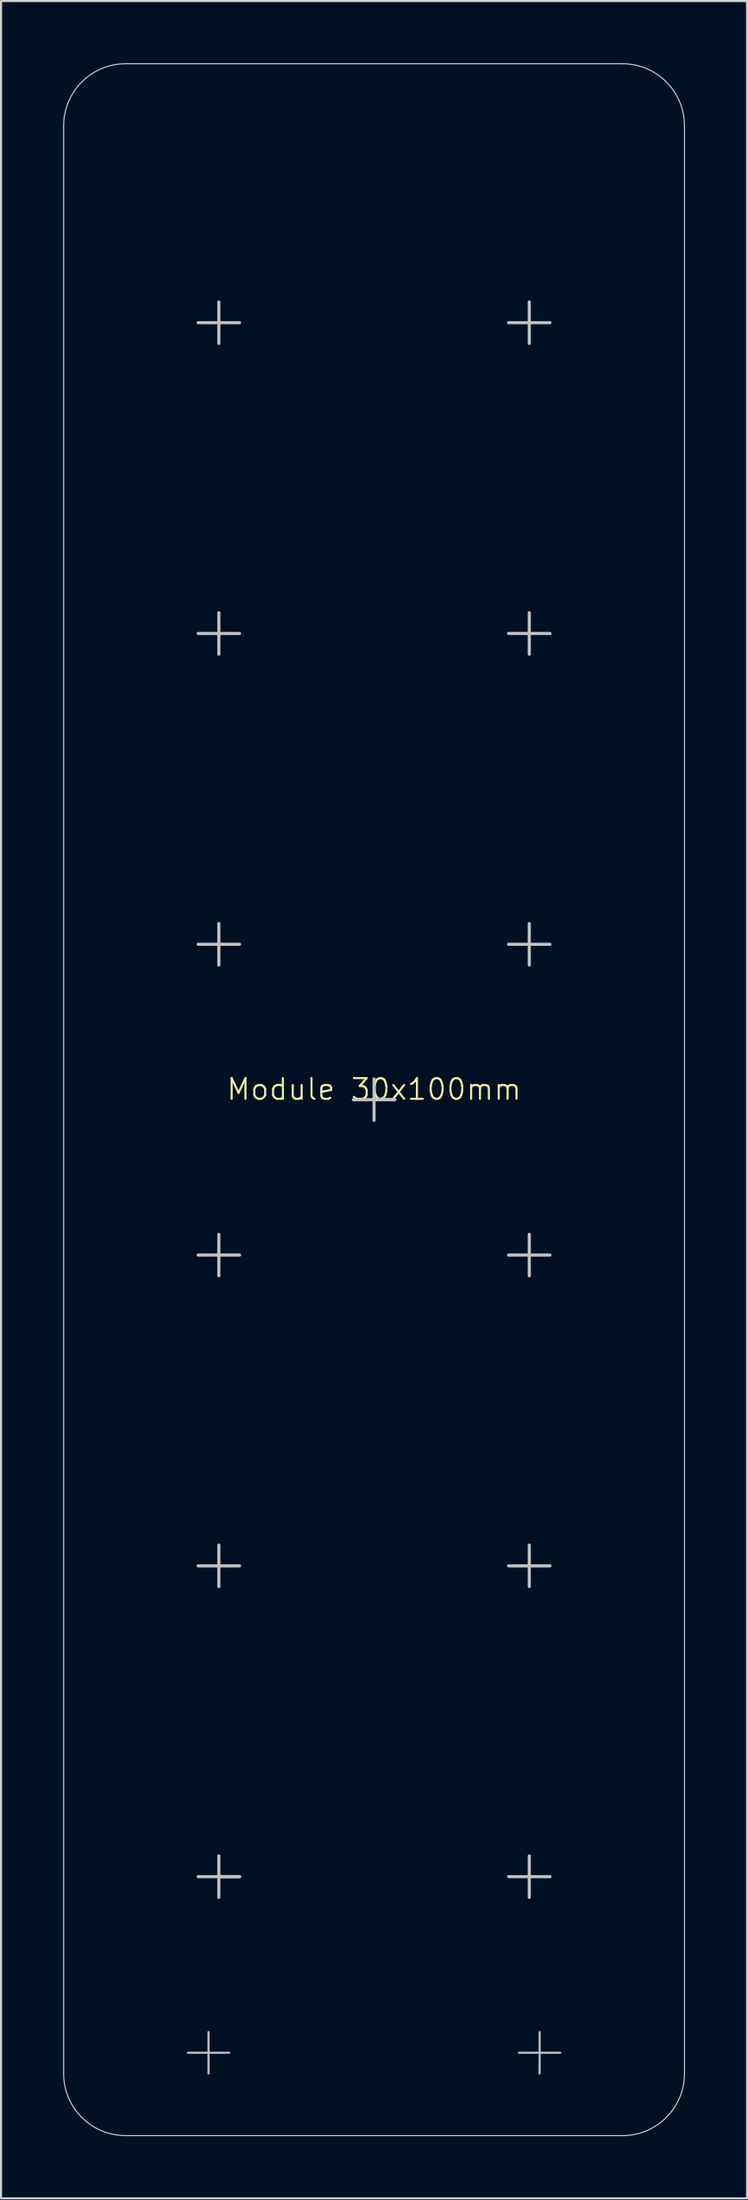
<source format=kicad_pcb>
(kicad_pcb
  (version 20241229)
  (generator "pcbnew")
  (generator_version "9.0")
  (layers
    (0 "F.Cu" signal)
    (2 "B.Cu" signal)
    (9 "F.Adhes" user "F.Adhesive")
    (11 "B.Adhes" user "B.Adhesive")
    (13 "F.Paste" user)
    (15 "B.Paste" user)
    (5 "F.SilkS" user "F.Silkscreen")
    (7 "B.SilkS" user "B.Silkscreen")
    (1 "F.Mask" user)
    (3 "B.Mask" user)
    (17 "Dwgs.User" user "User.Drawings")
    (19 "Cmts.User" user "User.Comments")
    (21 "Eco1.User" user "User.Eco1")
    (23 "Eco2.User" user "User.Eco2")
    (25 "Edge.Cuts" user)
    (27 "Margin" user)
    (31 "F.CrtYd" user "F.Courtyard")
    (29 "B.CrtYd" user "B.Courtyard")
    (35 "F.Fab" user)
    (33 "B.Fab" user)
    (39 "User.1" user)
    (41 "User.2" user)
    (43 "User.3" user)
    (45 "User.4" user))
  (footprint "Module 30x100mm"
    (layer "F.Cu")
    (at 15.025 50.025)
    (property "Reference" "Module 30x100mm" (at 0 -0.5 0) (unlocked yes) (layer "F.SilkS") (effects (font (size 1 1) (thickness 0.1))))
    (attr smd)
    (fp_line (start -9 46) (end -7 46) (stroke (width 0.1) (type default)) (layer "Dwgs.User"))
    (fp_line (start -8.5 -37.5) (end -6.5 -37.5) (stroke (width 0.15) (type default)) (layer "Dwgs.User"))
    (fp_line (start -8.5 -22.5) (end -6.5 -22.5) (stroke (width 0.15) (type default)) (layer "Dwgs.User"))
    (fp_line (start -8.5 -7.5) (end -6.5 -7.5) (stroke (width 0.15) (type default)) (layer "Dwgs.User"))
    (fp_line (start -8.5 7.5) (end -6.5 7.5) (stroke (width 0.15) (type default)) (layer "Dwgs.User"))
    (fp_line (start -8.5 22.5) (end -6.5 22.5) (stroke (width 0.15) (type default)) (layer "Dwgs.User"))
    (fp_line (start -8.5 37.5) (end -6.5 37.5) (stroke (width 0.15) (type default)) (layer "Dwgs.User"))
    (fp_line (start -8 45) (end -8 47) (stroke (width 0.1) (type default)) (layer "Dwgs.User"))
    (fp_line (start -7.5 -36.5) (end -7.5 -38.5) (stroke (width 0.15) (type default)) (layer "Dwgs.User"))
    (fp_line (start -7.5 -21.5) (end -7.5 -23.5) (stroke (width 0.15) (type default)) (layer "Dwgs.User"))
    (fp_line (start -7.5 -6.5) (end -7.5 -8.5) (stroke (width 0.15) (type default)) (layer "Dwgs.User"))
    (fp_line (start -7.5 8.5) (end -7.5 6.5) (stroke (width 0.15) (type default)) (layer "Dwgs.User"))
    (fp_line (start -7.5 23.5) (end -7.5 21.5) (stroke (width 0.15) (type default)) (layer "Dwgs.User"))
    (fp_line (start -7.5 38.5) (end -7.5 36.5) (stroke (width 0.15) (type default)) (layer "Dwgs.User"))
    (fp_line (start -6.5 37.5) (end -7.49 37.5) (stroke (width 0.15) (type default)) (layer "Dwgs.User"))
    (fp_line (start -1 0) (end 1 0) (stroke (width 0.15) (type default)) (layer "Dwgs.User"))
    (fp_line (start 0 1) (end 0 -1) (stroke (width 0.15) (type default)) (layer "Dwgs.User"))
    (fp_line (start 0.01 0) (end 1 0) (stroke (width 0.0001) (type default)) (layer "Dwgs.User"))
    (fp_line (start 1 0) (end 0.01 0) (stroke (width 0.15) (type default)) (layer "Dwgs.User"))
    (fp_line (start 6.5 -37.5) (end 8.5 -37.5) (stroke (width 0.15) (type default)) (layer "Dwgs.User"))
    (fp_line (start 6.5 -22.5) (end 8.5 -22.5) (stroke (width 0.15) (type default)) (layer "Dwgs.User"))
    (fp_line (start 6.5 -7.5) (end 8.5 -7.5) (stroke (width 0.15) (type default)) (layer "Dwgs.User"))
    (fp_line (start 6.5 7.5) (end 8.5 7.5) (stroke (width 0.15) (type default)) (layer "Dwgs.User"))
    (fp_line (start 6.5 22.5) (end 8.5 22.5) (stroke (width 0.15) (type default)) (layer "Dwgs.User"))
    (fp_line (start 6.5 37.5) (end 8.5 37.5) (stroke (width 0.15) (type default)) (layer "Dwgs.User"))
    (fp_line (start 7 46) (end 9 46) (stroke (width 0.1) (type default)) (layer "Dwgs.User"))
    (fp_line (start 7.5 -36.5) (end 7.5 -38.5) (stroke (width 0.15) (type default)) (layer "Dwgs.User"))
    (fp_line (start 7.5 -21.5) (end 7.5 -23.5) (stroke (width 0.15) (type default)) (layer "Dwgs.User"))
    (fp_line (start 7.5 -6.5) (end 7.5 -8.5) (stroke (width 0.15) (type default)) (layer "Dwgs.User"))
    (fp_line (start 7.5 8.5) (end 7.5 6.5) (stroke (width 0.15) (type default)) (layer "Dwgs.User"))
    (fp_line (start 7.5 23.5) (end 7.5 21.5) (stroke (width 0.15) (type default)) (layer "Dwgs.User"))
    (fp_line (start 7.5 38.5) (end 7.5 36.5) (stroke (width 0.15) (type default)) (layer "Dwgs.User"))
    (fp_line (start 8 45) (end 8 47) (stroke (width 0.1) (type default)) (layer "Dwgs.User"))
    (fp_circle (center -7.5 37.5) (end -7.49 37.5) (stroke (width 0.0001) (type default)) (fill no) (layer "Dwgs.User"))
    (fp_circle (center 0 0) (end 0.01 0) (stroke (width 0.0001) (type default)) (fill no) (layer "Dwgs.User"))
    (fp_circle (center 0 0) (end 0.01 0) (stroke (width 0.0001) (type default)) (fill no) (layer "Dwgs.User"))
    (fp_line (start -15 -47) (end -15 47) (stroke (width 0.05) (type default)) (layer "Edge.Cuts"))
    (fp_line (start -12 50) (end 12 50) (stroke (width 0.05) (type default)) (layer "Edge.Cuts"))
    (fp_line (start 12 -50) (end -12 -50) (stroke (width 0.05) (type default)) (layer "Edge.Cuts"))
    (fp_line (start 15 47) (end 15 -47) (stroke (width 0.05) (type default)) (layer "Edge.Cuts"))
    (fp_arc (start -15 -47) (mid -14.12132 -49.12132) (end -12 -50) (stroke (width 0.05) (type default)) (layer "Edge.Cuts"))
    (fp_arc (start -12 50) (mid -14.12132 49.12132) (end -15 47) (stroke (width 0.05) (type default)) (layer "Edge.Cuts"))
    (fp_arc (start 12 -50) (mid 14.12132 -49.12132) (end 15 -47) (stroke (width 0.05) (type default)) (layer "Edge.Cuts"))
    (fp_arc (start 15 47) (mid 14.12132 49.12132) (end 12 50) (stroke (width 0.05) (type default)) (layer "Edge.Cuts")))
  (gr_rect
    (start -3 -3)
    (end 33.05 103.05)
    (stroke (width 0.1) (type default))
    (fill no)
    (layer "Edge.Cuts")))
</source>
